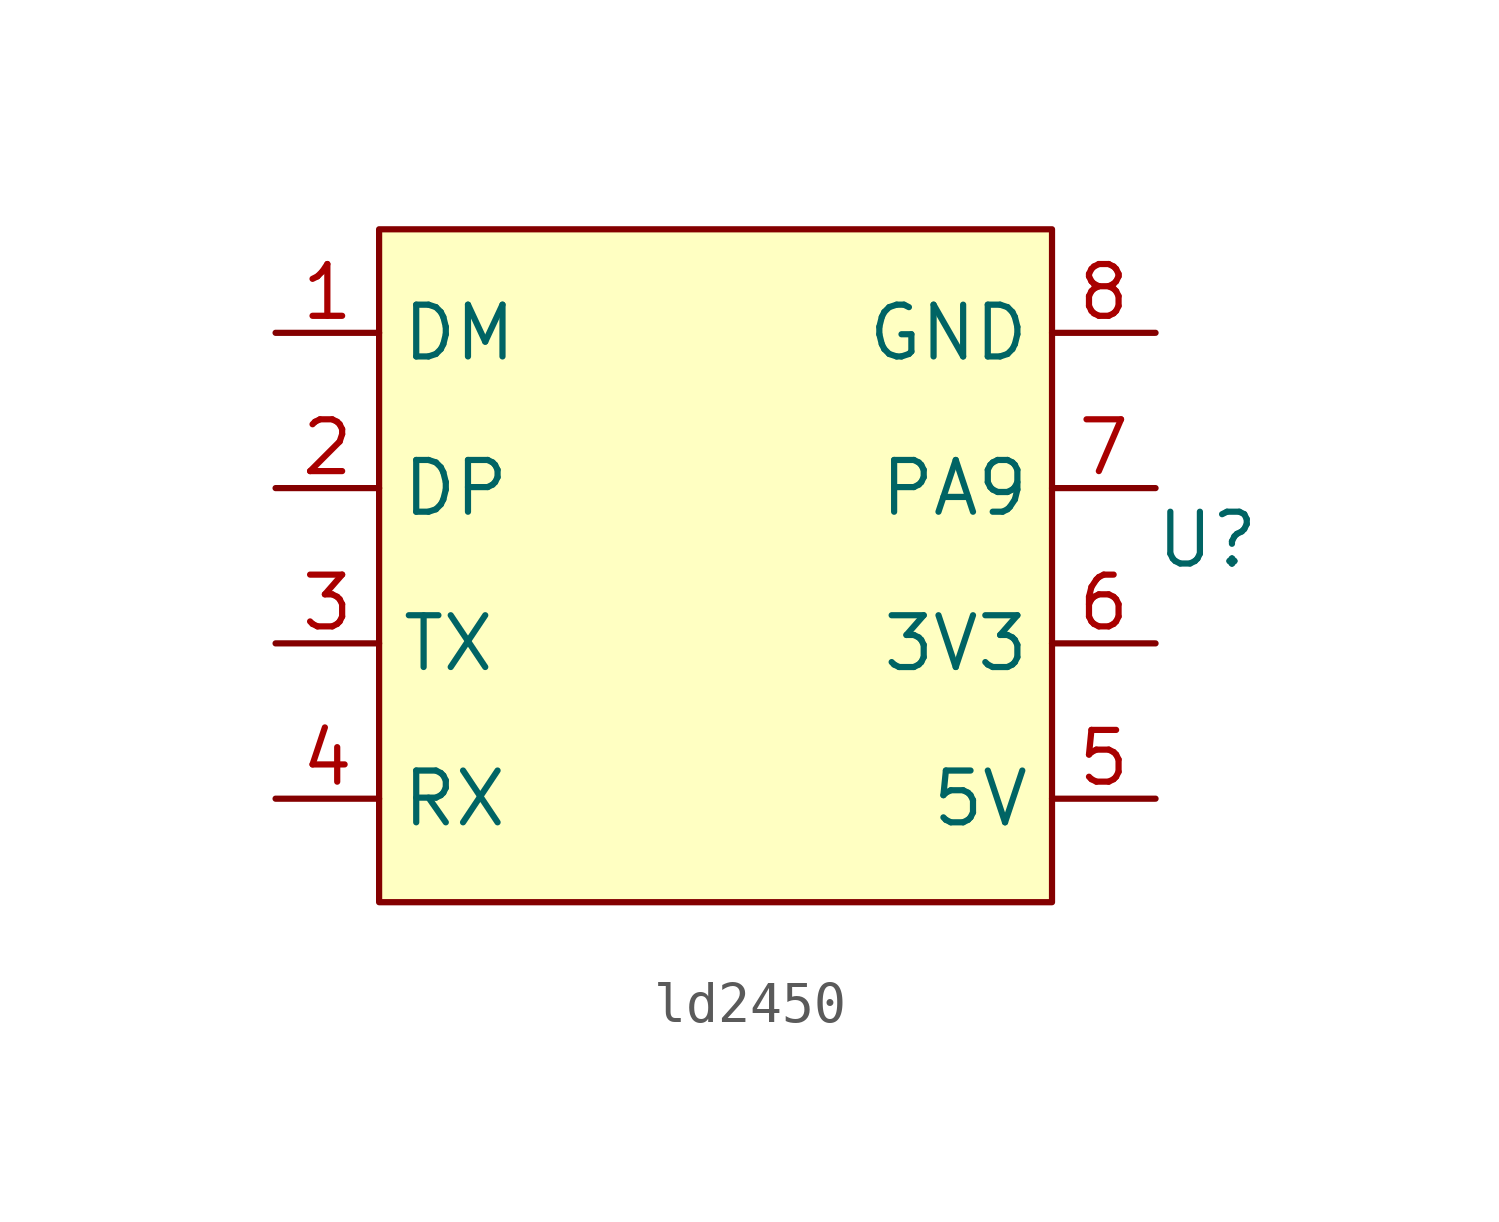
<source format=kicad_sym>
(kicad_symbol_lib
  (version 20220914)
  (generator kicad_symbol_editor)
  (symbol "ld2450"
    (property "Reference" "U"
      (at 12.7 0 0)
      (effects (font (size 1.27 1.27))))
    (property "Value" ""
      (at 12.7 0 0)
      (effects (font (size 1.27 1.27))))
    (symbol "ld2450_1_1"
      (rectangle (start -7.62 7.62) (end 8.89 -8.89) (stroke (width 0) (type default)) (fill (type background)))
      (pin bidirectional line (at -10.16 5.08 0) (length 2.54) (name "DM" (effects (font (size 1.27 1.27)))) (number "1" (effects (font (size 1.27 1.27)))))
      (pin bidirectional line (at -10.16 1.27 0) (length 2.54) (name "DP" (effects (font (size 1.27 1.27)))) (number "2" (effects (font (size 1.27 1.27)))))
      (pin output line (at -10.16 -2.54 0) (length 2.54) (name "TX" (effects (font (size 1.27 1.27)))) (number "3" (effects (font (size 1.27 1.27)))))
      (pin input line (at -10.16 -6.35 0) (length 2.54) (name "RX" (effects (font (size 1.27 1.27)))) (number "4" (effects (font (size 1.27 1.27)))))
      (pin power_in line (at 11.43 -6.35 180) (length 2.54) (name "5V" (effects (font (size 1.27 1.27)))) (number "5" (effects (font (size 1.27 1.27)))))
      (pin power_out line (at 11.43 -2.54 180) (length 2.54) (name "3V3" (effects (font (size 1.27 1.27)))) (number "6" (effects (font (size 1.27 1.27)))))
      (pin bidirectional line (at 11.43 1.27 180) (length 2.54) (name "PA9" (effects (font (size 1.27 1.27)))) (number "7" (effects (font (size 1.27 1.27)))))
      (pin power_in line (at 11.43 5.08 180) (length 2.54) (name "GND" (effects (font (size 1.27 1.27)))) (number "8" (effects (font (size 1.27 1.27))))))))
</source>
